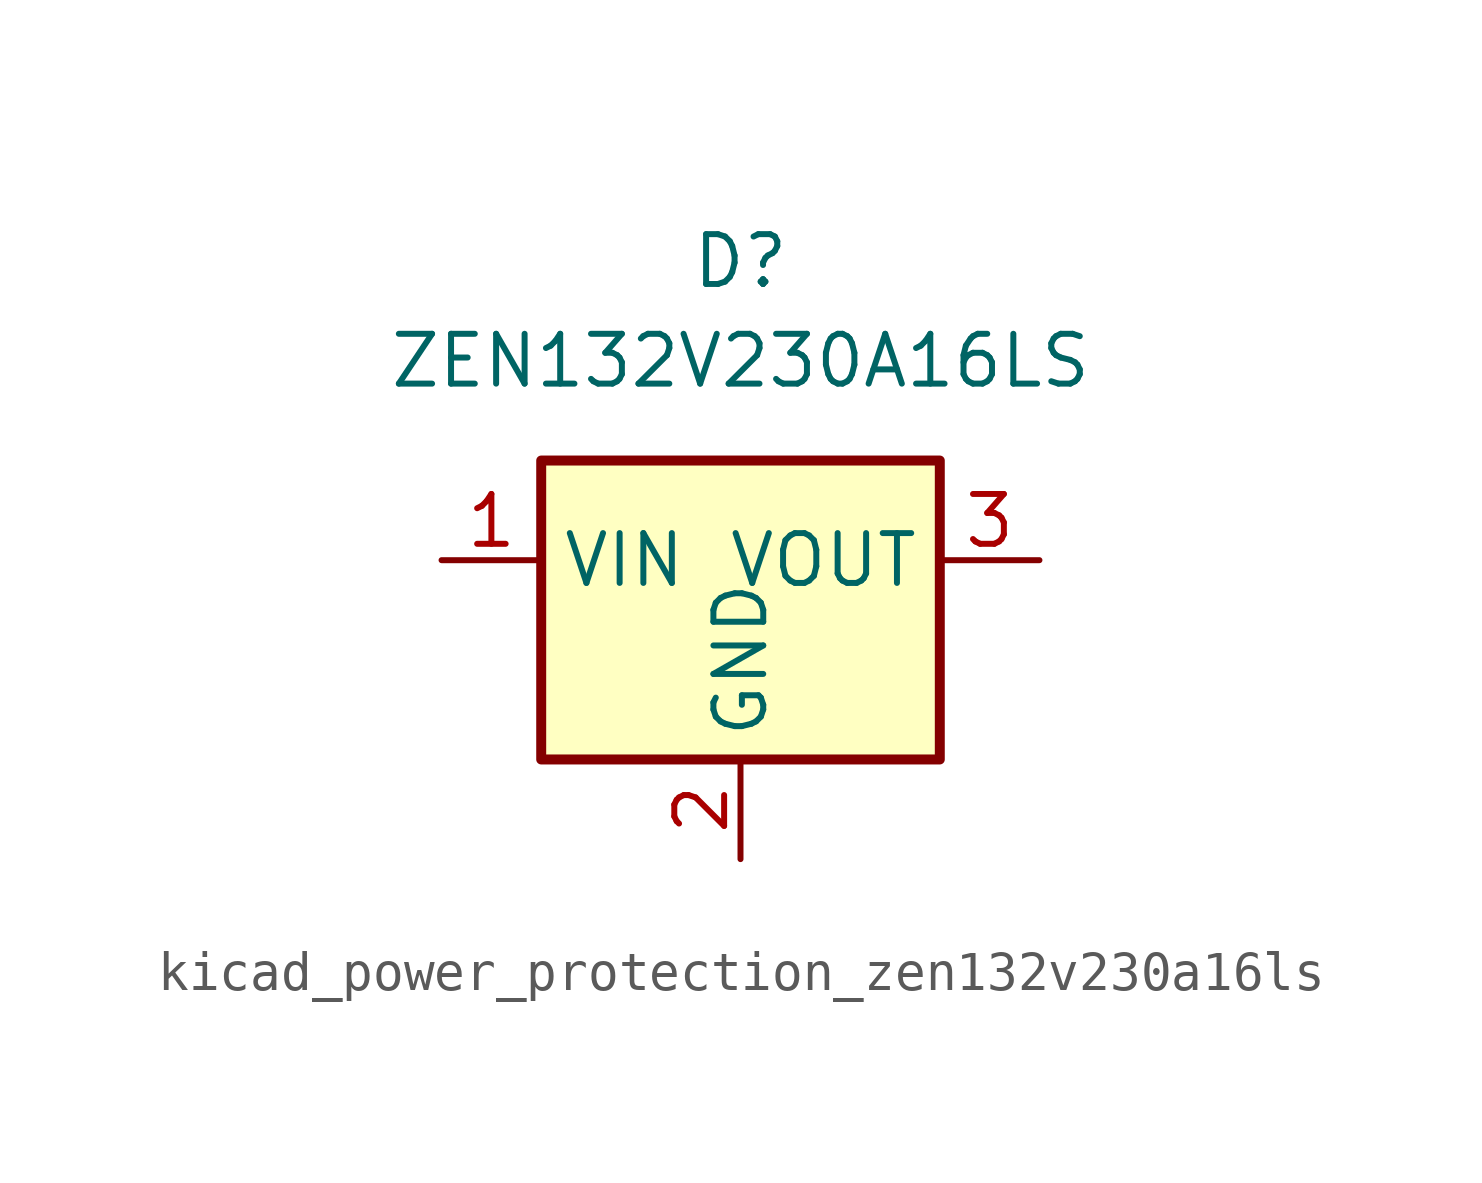
<source format=kicad_sym>
(kicad_symbol_lib
  (version 20220914)
  (generator kicad_symbol_editor)
  (symbol "kicad_power_protection_zen132v230a16ls"
    (property "Reference" "D"
      (at 0 10.16 0)
      (effects (font (size 1.27 1.27))))
    (property "Value" "ZEN132V230A16LS"
      (at 0 7.62 0)
      (effects (font (size 1.27 1.27))))
    (symbol "kicad_power_protection_zen132v230a16ls_0_1"
      (rectangle (start -5.08 5.08) (end 5.08 -2.54) (stroke (width 0.254) (type default)) (fill (type background))))
    (symbol "kicad_power_protection_zen132v230a16ls_1_1"
      (pin passive line (at -7.62 2.54 0) (length 2.54) (name "VIN" (effects (font (size 1.27 1.27)))) (number "1" (effects (font (size 1.27 1.27)))))
      (pin power_in line (at 0 -5.08 90) (length 2.54) (name "GND" (effects (font (size 1.27 1.27)))) (number "2" (effects (font (size 1.27 1.27)))))
      (pin passive line (at 7.62 2.54 180) (length 2.54) (name "VOUT" (effects (font (size 1.27 1.27)))) (number "3" (effects (font (size 1.27 1.27))))))))
</source>
